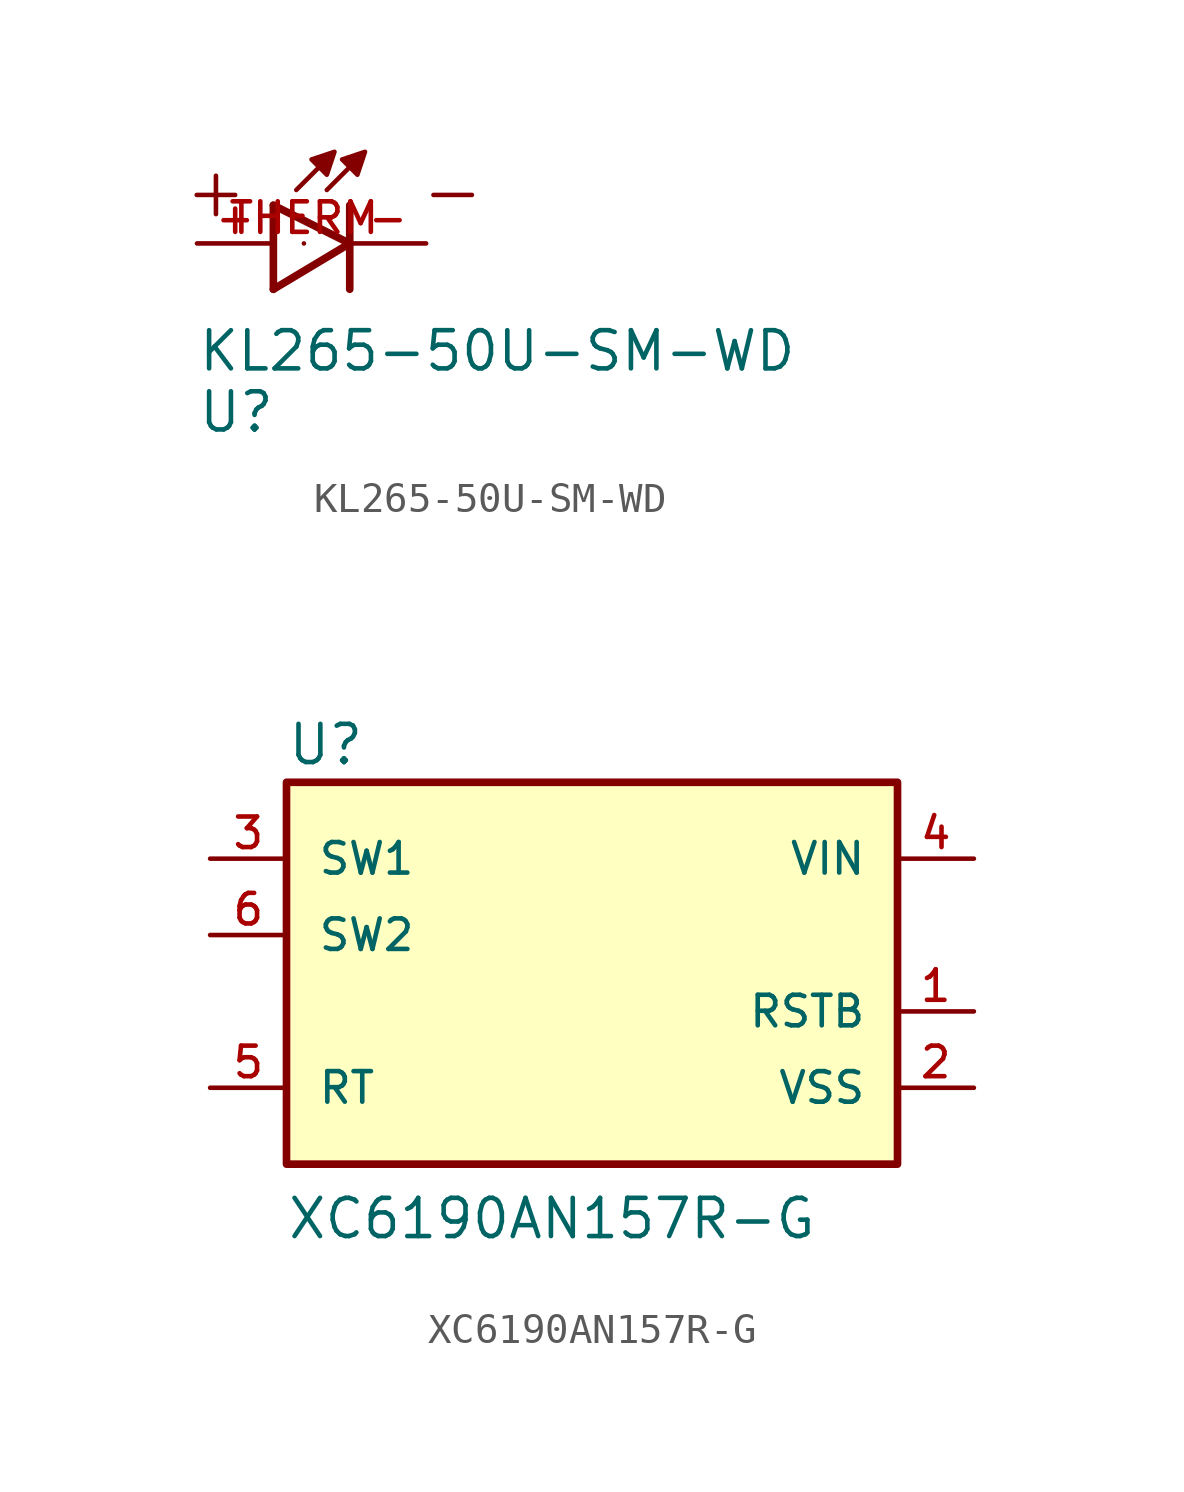
<source format=kicad_sym>
(kicad_symbol_lib
  (version 20231120)
  (generator "kicad_symbol_editor")
  (generator_version "8.0")
  (symbol "KL265-50U-SM-WD"
    (pin_names
      (offset 1.016))
    (property "Reference" "U"
      (at -2.54 -6.35 0)
      (effects (font (size 1.27 1.27)) (justify left bottom)))
    (property "Value" "KL265-50U-SM-WD"
      (at -2.54 -4.318 0)
      (effects (font (size 1.27 1.27)) (justify left bottom)))
    (symbol "KL265-50U-SM-WD_0_0"
      (polyline (pts (xy 0 1.27) (xy 0 -1.524)) (stroke (width 0.254) (type default)) (fill (type none)))
      (polyline (pts (xy 0 1.27) (xy 2.54 0)) (stroke (width 0.254) (type default)) (fill (type none)))
      (polyline (pts (xy 0.762 1.778) (xy 1.524 2.54)) (stroke (width 0.152) (type default)) (fill (type none)))
      (polyline (pts (xy 2.54 0) (xy 0 -1.524)) (stroke (width 0.254) (type default)) (fill (type none)))
      (polyline (pts (xy 2.54 1.27) (xy 2.54 -1.524)) (stroke (width 0.254) (type default)) (fill (type none)))
      (polyline (pts (xy 2.54 2.54) (xy 1.778 1.778)) (stroke (width 0.152) (type default)) (fill (type none)))
      (polyline (pts (xy 1.27 2.794) (xy 1.778 2.286) (xy 2.032 3.048) (xy 1.27 2.794)) (stroke (width 0.152) (type default)) (fill (type outline)))
      (polyline (pts (xy 2.286 2.794) (xy 2.794 2.286) (xy 3.048 3.048) (xy 2.286 2.794)) (stroke (width 0.152) (type default)) (fill (type outline)))
      (text "+" (at -3.048 0.762 0) (effects (font (size 1.676 1.676)) (justify left bottom)))
      (text "-" (at 4.826 0.762 0) (effects (font (size 1.676 1.676)) (justify left bottom)))
      (pin power_in line (at -2.54 0 0) (length 2.54) (name "~" (effects (font (size 1.016 1.016)))) (number "+" (effects (font (size 1.016 1.016)))))
      (pin power_in line (at 5.08 0 180) (length 2.54) (name "~" (effects (font (size 1.016 1.016)))) (number "-" (effects (font (size 1.016 1.016)))))
      (pin bidirectional line (at 1.016 0 0) (length 0) (name "~" (effects (font (size 1.016 1.016)))) (number "THERM" (effects (font (size 1.016 1.016)))))))
  (symbol "XC6190AN157R-G"
    (pin_names
      (offset 1.016))
    (property "Reference" "U"
      (at -10.163 5.59 0)
      (effects (font (size 1.27 1.27)) (justify left bottom)))
    (property "Value" "XC6190AN157R-G"
      (at -10.174 -10.174 0)
      (effects (font (size 1.27 1.27)) (justify left bottom)))
    (symbol "XC6190AN157R-G_0_0"
      (rectangle (start -10.16 -7.62) (end 10.16 5.08) (stroke (width 0.254) (type default)) (fill (type background)))
      (pin output line (at 12.7 -2.54 180) (length 2.54) (name "RSTB" (effects (font (size 1.016 1.016)))) (number "1" (effects (font (size 1.016 1.016)))))
      (pin power_in line (at 12.7 -5.08 180) (length 2.54) (name "VSS" (effects (font (size 1.016 1.016)))) (number "2" (effects (font (size 1.016 1.016)))))
      (pin input line (at -12.7 2.54 0) (length 2.54) (name "SW1" (effects (font (size 1.016 1.016)))) (number "3" (effects (font (size 1.016 1.016)))))
      (pin power_in line (at 12.7 2.54 180) (length 2.54) (name "VIN" (effects (font (size 1.016 1.016)))) (number "4" (effects (font (size 1.016 1.016)))))
      (pin input line (at -12.7 -5.08 0) (length 2.54) (name "RT" (effects (font (size 1.016 1.016)))) (number "5" (effects (font (size 1.016 1.016)))))
      (pin input line (at -12.7 0 0) (length 2.54) (name "SW2" (effects (font (size 1.016 1.016)))) (number "6" (effects (font (size 1.016 1.016))))))))
</source>
